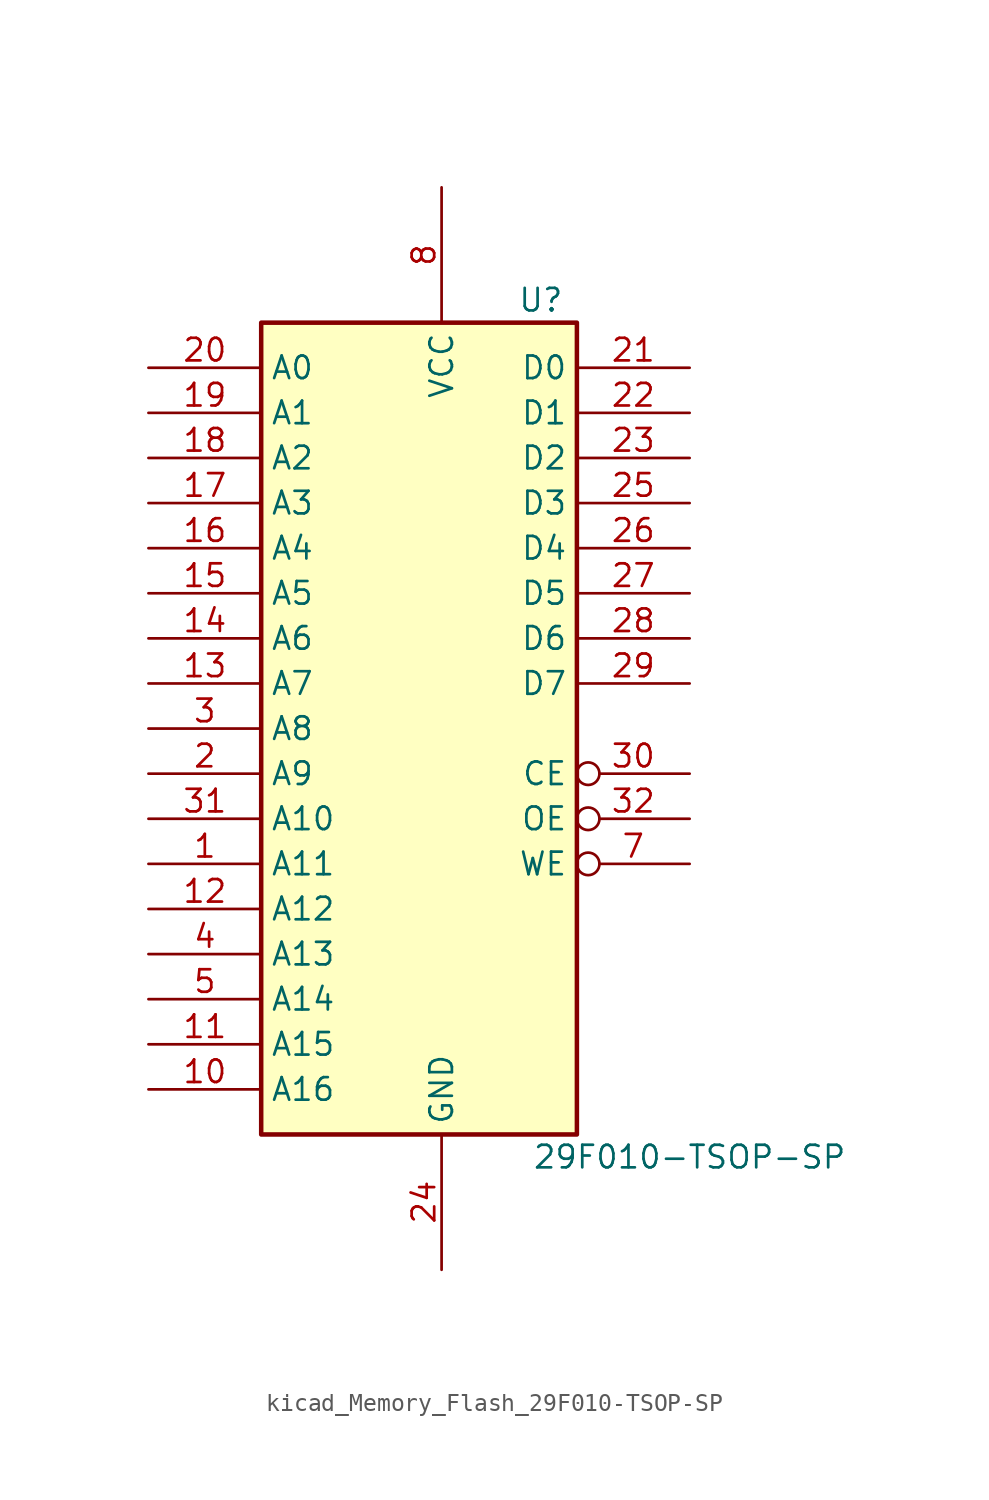
<source format=kicad_sym>
(kicad_symbol_lib
  (version 20220914)
  (generator kicad_symbol_editor)
  (symbol "kicad_Memory_Flash_29F010-TSOP-SP"
    (property "Reference" "U"
      (at 6.858 24.13 0)
      (effects (font (size 1.27 1.27))))
    (property "Value" "29F010-TSOP-SP"
      (at 15.24 -24.13 0)
      (effects (font (size 1.27 1.27))))
    (symbol "kicad_Memory_Flash_29F010-TSOP-SP_0_1"
      (rectangle (start -8.89 -22.86) (end 8.89 22.86) (stroke (width 0.254) (type default)) (fill (type background))))
    (symbol "kicad_Memory_Flash_29F010-TSOP-SP_1_1"
      (pin input line (at -15.24 -7.62 0) (length 6.35) (name "A11" (effects (font (size 1.27 1.27)))) (number "1" (effects (font (size 1.27 1.27)))))
      (pin input line (at -15.24 -20.32 0) (length 6.35) (name "A16" (effects (font (size 1.27 1.27)))) (number "10" (effects (font (size 1.27 1.27)))))
      (pin input line (at -15.24 -17.78 0) (length 6.35) (name "A15" (effects (font (size 1.27 1.27)))) (number "11" (effects (font (size 1.27 1.27)))))
      (pin input line (at -15.24 -10.16 0) (length 6.35) (name "A12" (effects (font (size 1.27 1.27)))) (number "12" (effects (font (size 1.27 1.27)))))
      (pin input line (at -15.24 2.54 0) (length 6.35) (name "A7" (effects (font (size 1.27 1.27)))) (number "13" (effects (font (size 1.27 1.27)))))
      (pin input line (at -15.24 5.08 0) (length 6.35) (name "A6" (effects (font (size 1.27 1.27)))) (number "14" (effects (font (size 1.27 1.27)))))
      (pin input line (at -15.24 7.62 0) (length 6.35) (name "A5" (effects (font (size 1.27 1.27)))) (number "15" (effects (font (size 1.27 1.27)))))
      (pin input line (at -15.24 10.16 0) (length 6.35) (name "A4" (effects (font (size 1.27 1.27)))) (number "16" (effects (font (size 1.27 1.27)))))
      (pin input line (at -15.24 12.7 0) (length 6.35) (name "A3" (effects (font (size 1.27 1.27)))) (number "17" (effects (font (size 1.27 1.27)))))
      (pin input line (at -15.24 15.24 0) (length 6.35) (name "A2" (effects (font (size 1.27 1.27)))) (number "18" (effects (font (size 1.27 1.27)))))
      (pin input line (at -15.24 17.78 0) (length 6.35) (name "A1" (effects (font (size 1.27 1.27)))) (number "19" (effects (font (size 1.27 1.27)))))
      (pin input line (at -15.24 -2.54 0) (length 6.35) (name "A9" (effects (font (size 1.27 1.27)))) (number "2" (effects (font (size 1.27 1.27)))))
      (pin input line (at -15.24 20.32 0) (length 6.35) (name "A0" (effects (font (size 1.27 1.27)))) (number "20" (effects (font (size 1.27 1.27)))))
      (pin tri_state line (at 15.24 20.32 180) (length 6.35) (name "D0" (effects (font (size 1.27 1.27)))) (number "21" (effects (font (size 1.27 1.27)))))
      (pin tri_state line (at 15.24 17.78 180) (length 6.35) (name "D1" (effects (font (size 1.27 1.27)))) (number "22" (effects (font (size 1.27 1.27)))))
      (pin tri_state line (at 15.24 15.24 180) (length 6.35) (name "D2" (effects (font (size 1.27 1.27)))) (number "23" (effects (font (size 1.27 1.27)))))
      (pin input line (at 1.27 -30.48 90) (length 7.62) (name "GND" (effects (font (size 1.27 1.27)))) (number "24" (effects (font (size 1.27 1.27)))))
      (pin tri_state line (at 15.24 12.7 180) (length 6.35) (name "D3" (effects (font (size 1.27 1.27)))) (number "25" (effects (font (size 1.27 1.27)))))
      (pin tri_state line (at 15.24 10.16 180) (length 6.35) (name "D4" (effects (font (size 1.27 1.27)))) (number "26" (effects (font (size 1.27 1.27)))))
      (pin tri_state line (at 15.24 7.62 180) (length 6.35) (name "D5" (effects (font (size 1.27 1.27)))) (number "27" (effects (font (size 1.27 1.27)))))
      (pin tri_state line (at 15.24 5.08 180) (length 6.35) (name "D6" (effects (font (size 1.27 1.27)))) (number "28" (effects (font (size 1.27 1.27)))))
      (pin tri_state line (at 15.24 2.54 180) (length 6.35) (name "D7" (effects (font (size 1.27 1.27)))) (number "29" (effects (font (size 1.27 1.27)))))
      (pin input line (at -15.24 0 0) (length 6.35) (name "A8" (effects (font (size 1.27 1.27)))) (number "3" (effects (font (size 1.27 1.27)))))
      (pin input inverted (at 15.24 -2.54 180) (length 6.35) (name "CE" (effects (font (size 1.27 1.27)))) (number "30" (effects (font (size 1.27 1.27)))))
      (pin input line (at -15.24 -5.08 0) (length 6.35) (name "A10" (effects (font (size 1.27 1.27)))) (number "31" (effects (font (size 1.27 1.27)))))
      (pin input inverted (at 15.24 -5.08 180) (length 6.35) (name "OE" (effects (font (size 1.27 1.27)))) (number "32" (effects (font (size 1.27 1.27)))))
      (pin input line (at -15.24 -12.7 0) (length 6.35) (name "A13" (effects (font (size 1.27 1.27)))) (number "4" (effects (font (size 1.27 1.27)))))
      (pin input line (at -15.24 -15.24 0) (length 6.35) (name "A14" (effects (font (size 1.27 1.27)))) (number "5" (effects (font (size 1.27 1.27)))))
      (pin input inverted (at 15.24 -7.62 180) (length 6.35) (name "WE" (effects (font (size 1.27 1.27)))) (number "7" (effects (font (size 1.27 1.27)))))
      (pin input line (at 1.27 30.48 270) (length 7.62) (name "VCC" (effects (font (size 1.27 1.27)))) (number "8" (effects (font (size 1.27 1.27))))))))
</source>
